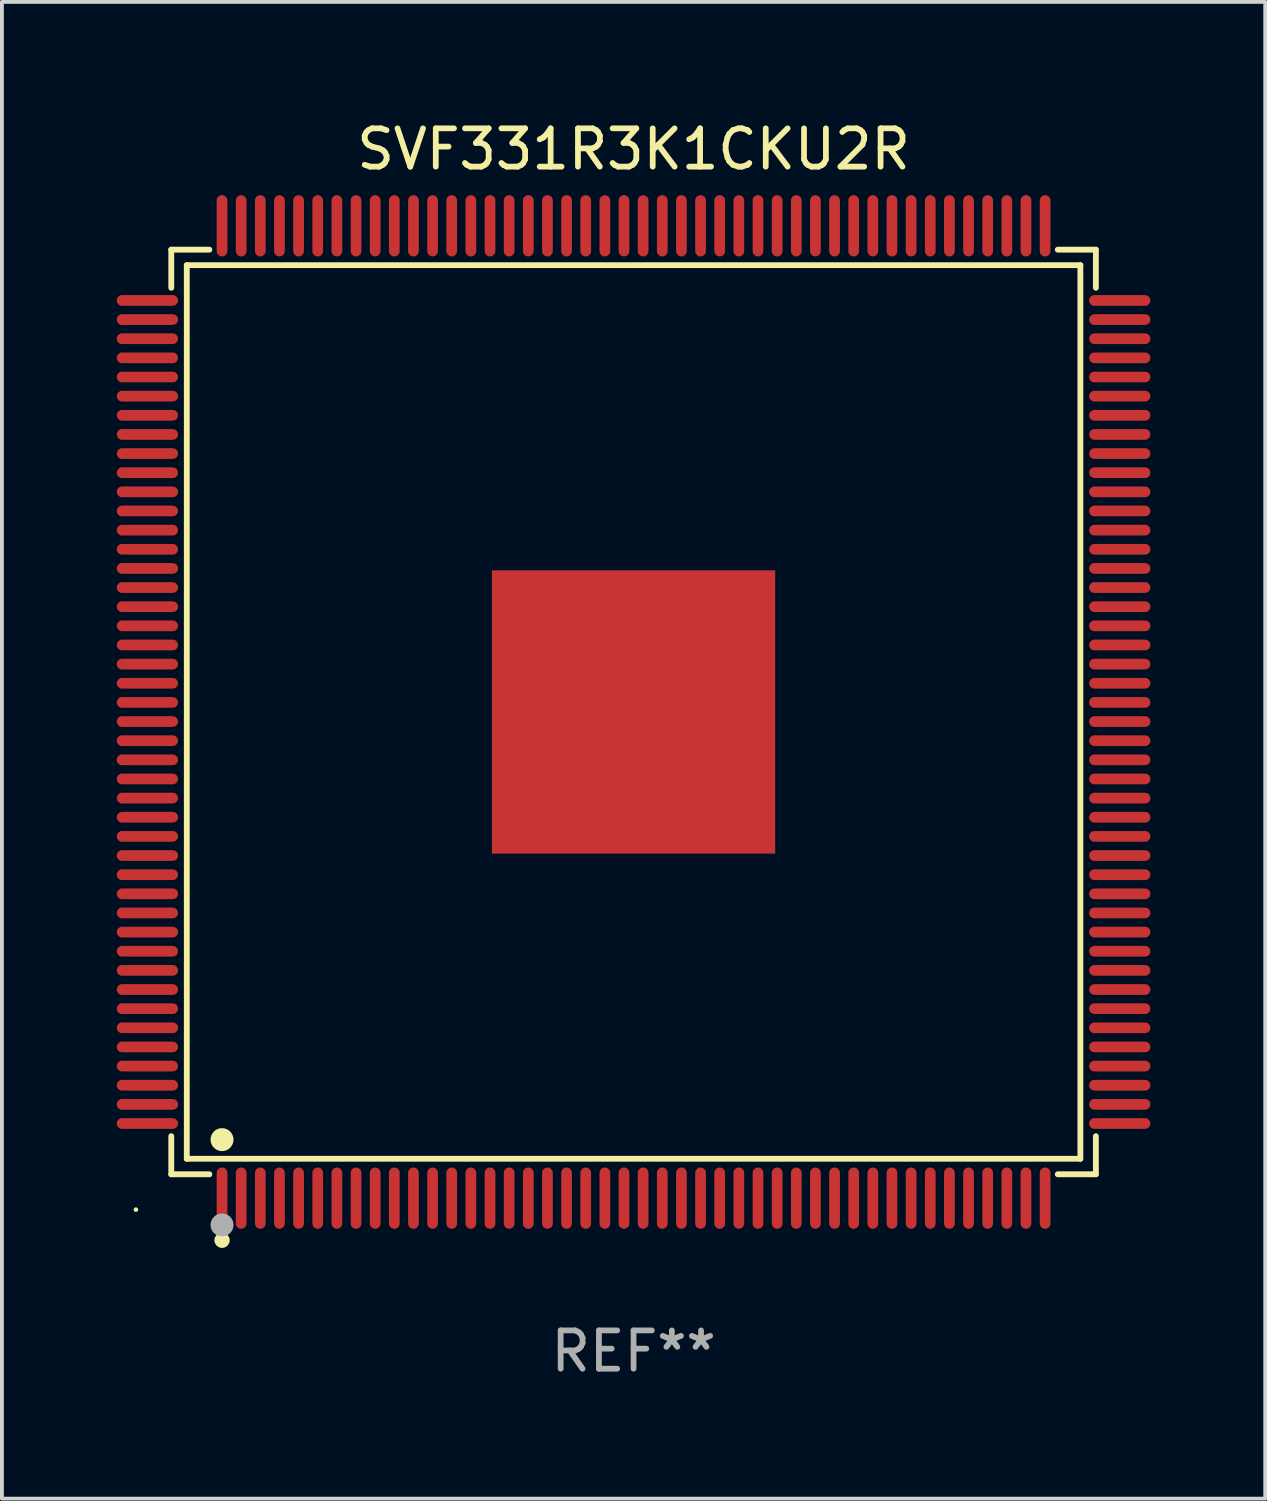
<source format=kicad_pcb>
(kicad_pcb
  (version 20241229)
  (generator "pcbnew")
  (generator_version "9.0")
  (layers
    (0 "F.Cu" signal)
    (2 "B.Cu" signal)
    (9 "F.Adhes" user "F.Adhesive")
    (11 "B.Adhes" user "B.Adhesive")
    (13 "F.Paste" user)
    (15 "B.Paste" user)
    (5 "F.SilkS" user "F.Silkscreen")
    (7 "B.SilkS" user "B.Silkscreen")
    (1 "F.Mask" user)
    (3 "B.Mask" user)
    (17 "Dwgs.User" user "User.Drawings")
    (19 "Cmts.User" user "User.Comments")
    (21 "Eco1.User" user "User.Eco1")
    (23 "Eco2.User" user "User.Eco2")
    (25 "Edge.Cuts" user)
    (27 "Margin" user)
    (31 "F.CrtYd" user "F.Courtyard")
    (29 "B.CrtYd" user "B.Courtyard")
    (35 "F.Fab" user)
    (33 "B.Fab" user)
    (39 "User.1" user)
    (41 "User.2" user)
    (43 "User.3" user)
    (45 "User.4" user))
  (footprint "SVF331R3K1CKU2R"
    (layer "F.Cu")
    (at 13.5 15.548)
    (property "Reference" "SVF331R3K1CKU2R" (at 0 -14.7 0) (layer "F.SilkS") (effects (font (size 1 1) (thickness 0.15))))
    (attr through_hole)
    (fp_line (start -12.076 -12.076) (end -11.081 -12.076) (stroke (width 0.152) (type solid)) (layer "F.SilkS"))
    (fp_line (start -12.076 -11.081) (end -12.076 -12.076) (stroke (width 0.152) (type solid)) (layer "F.SilkS"))
    (fp_line (start -12.076 11.081) (end -12.076 12.076) (stroke (width 0.152) (type solid)) (layer "F.SilkS"))
    (fp_line (start -12.076 12.076) (end -11.081 12.076) (stroke (width 0.152) (type solid)) (layer "F.SilkS"))
    (fp_line (start -11.671 -11.671) (end 11.671 -11.671) (stroke (width 0.152) (type solid)) (layer "F.SilkS"))
    (fp_line (start -11.671 11.671) (end -11.671 -11.671) (stroke (width 0.152) (type solid)) (layer "F.SilkS"))
    (fp_line (start 11.671 -11.671) (end 11.671 11.671) (stroke (width 0.152) (type solid)) (layer "F.SilkS"))
    (fp_line (start 11.671 11.671) (end -11.671 11.671) (stroke (width 0.152) (type solid)) (layer "F.SilkS"))
    (fp_line (start 12.076 -12.076) (end 11.081 -12.076) (stroke (width 0.152) (type solid)) (layer "F.SilkS"))
    (fp_line (start 12.076 -11.081) (end 12.076 -12.076) (stroke (width 0.152) (type solid)) (layer "F.SilkS"))
    (fp_line (start 12.076 11.081) (end 12.076 12.076) (stroke (width 0.152) (type solid)) (layer "F.SilkS"))
    (fp_line (start 12.076 12.076) (end 11.081 12.076) (stroke (width 0.152) (type solid)) (layer "F.SilkS"))
    (fp_circle (center -13 13) (end -12.97 13) (stroke (width 0.06) (type solid)) (fill no) (layer "F.SilkS"))
    (fp_circle (center -10.75 11.171) (end -10.6 11.171) (stroke (width 0.3) (type solid)) (fill no) (layer "F.SilkS"))
    (fp_circle (center -10.75 13.8) (end -10.65 13.8) (stroke (width 0.2) (type solid)) (fill no) (layer "F.SilkS"))
    (fp_circle (center -10.75 13.4) (end -10.6 13.4) (stroke (width 0.3) (type solid)) (fill no) (layer "F.Fab"))
    (fp_text user "REF**" (at 0 16.7 0) (layer "F.Fab") (effects (font (size 1 1) (thickness 0.15))))
    (pad "1" smd oval (at -10.75 12.7) (size 0.28 1.6) (layers "F.Cu" "F.Mask" "F.Paste"))
    (pad "2" smd oval (at -10.25 12.7) (size 0.28 1.6) (layers "F.Cu" "F.Mask" "F.Paste"))
    (pad "3" smd oval (at -9.75 12.7) (size 0.28 1.6) (layers "F.Cu" "F.Mask" "F.Paste"))
    (pad "4" smd oval (at -9.25 12.7) (size 0.28 1.6) (layers "F.Cu" "F.Mask" "F.Paste"))
    (pad "5" smd oval (at -8.75 12.7) (size 0.28 1.6) (layers "F.Cu" "F.Mask" "F.Paste"))
    (pad "6" smd oval (at -8.25 12.7) (size 0.28 1.6) (layers "F.Cu" "F.Mask" "F.Paste"))
    (pad "7" smd oval (at -7.75 12.7) (size 0.28 1.6) (layers "F.Cu" "F.Mask" "F.Paste"))
    (pad "8" smd oval (at -7.25 12.7) (size 0.28 1.6) (layers "F.Cu" "F.Mask" "F.Paste"))
    (pad "9" smd oval (at -6.75 12.7) (size 0.28 1.6) (layers "F.Cu" "F.Mask" "F.Paste"))
    (pad "10" smd oval (at -6.25 12.7) (size 0.28 1.6) (layers "F.Cu" "F.Mask" "F.Paste"))
    (pad "11" smd oval (at -5.75 12.7) (size 0.28 1.6) (layers "F.Cu" "F.Mask" "F.Paste"))
    (pad "12" smd oval (at -5.25 12.7) (size 0.28 1.6) (layers "F.Cu" "F.Mask" "F.Paste"))
    (pad "13" smd oval (at -4.75 12.7) (size 0.28 1.6) (layers "F.Cu" "F.Mask" "F.Paste"))
    (pad "14" smd oval (at -4.25 12.7) (size 0.28 1.6) (layers "F.Cu" "F.Mask" "F.Paste"))
    (pad "15" smd oval (at -3.75 12.7) (size 0.28 1.6) (layers "F.Cu" "F.Mask" "F.Paste"))
    (pad "16" smd oval (at -3.25 12.7) (size 0.28 1.6) (layers "F.Cu" "F.Mask" "F.Paste"))
    (pad "17" smd oval (at -2.75 12.7) (size 0.28 1.6) (layers "F.Cu" "F.Mask" "F.Paste"))
    (pad "18" smd oval (at -2.25 12.7) (size 0.28 1.6) (layers "F.Cu" "F.Mask" "F.Paste"))
    (pad "19" smd oval (at -1.75 12.7) (size 0.28 1.6) (layers "F.Cu" "F.Mask" "F.Paste"))
    (pad "20" smd oval (at -1.25 12.7) (size 0.28 1.6) (layers "F.Cu" "F.Mask" "F.Paste"))
    (pad "21" smd oval (at -0.75 12.7) (size 0.28 1.6) (layers "F.Cu" "F.Mask" "F.Paste"))
    (pad "22" smd oval (at -0.25 12.7) (size 0.28 1.6) (layers "F.Cu" "F.Mask" "F.Paste"))
    (pad "23" smd oval (at 0.25 12.7) (size 0.28 1.6) (layers "F.Cu" "F.Mask" "F.Paste"))
    (pad "24" smd oval (at 0.75 12.7) (size 0.28 1.6) (layers "F.Cu" "F.Mask" "F.Paste"))
    (pad "25" smd oval (at 1.25 12.7) (size 0.28 1.6) (layers "F.Cu" "F.Mask" "F.Paste"))
    (pad "26" smd oval (at 1.75 12.7) (size 0.28 1.6) (layers "F.Cu" "F.Mask" "F.Paste"))
    (pad "27" smd oval (at 2.25 12.7) (size 0.28 1.6) (layers "F.Cu" "F.Mask" "F.Paste"))
    (pad "28" smd oval (at 2.75 12.7) (size 0.28 1.6) (layers "F.Cu" "F.Mask" "F.Paste"))
    (pad "29" smd oval (at 3.25 12.7) (size 0.28 1.6) (layers "F.Cu" "F.Mask" "F.Paste"))
    (pad "30" smd oval (at 3.75 12.7) (size 0.28 1.6) (layers "F.Cu" "F.Mask" "F.Paste"))
    (pad "31" smd oval (at 4.25 12.7) (size 0.28 1.6) (layers "F.Cu" "F.Mask" "F.Paste"))
    (pad "32" smd oval (at 4.75 12.7) (size 0.28 1.6) (layers "F.Cu" "F.Mask" "F.Paste"))
    (pad "33" smd oval (at 5.25 12.7) (size 0.28 1.6) (layers "F.Cu" "F.Mask" "F.Paste"))
    (pad "34" smd oval (at 5.75 12.7) (size 0.28 1.6) (layers "F.Cu" "F.Mask" "F.Paste"))
    (pad "35" smd oval (at 6.25 12.7) (size 0.28 1.6) (layers "F.Cu" "F.Mask" "F.Paste"))
    (pad "36" smd oval (at 6.75 12.7) (size 0.28 1.6) (layers "F.Cu" "F.Mask" "F.Paste"))
    (pad "37" smd oval (at 7.25 12.7) (size 0.28 1.6) (layers "F.Cu" "F.Mask" "F.Paste"))
    (pad "38" smd oval (at 7.75 12.7) (size 0.28 1.6) (layers "F.Cu" "F.Mask" "F.Paste"))
    (pad "39" smd oval (at 8.25 12.7) (size 0.28 1.6) (layers "F.Cu" "F.Mask" "F.Paste"))
    (pad "40" smd oval (at 8.75 12.7) (size 0.28 1.6) (layers "F.Cu" "F.Mask" "F.Paste"))
    (pad "41" smd oval (at 9.25 12.7) (size 0.28 1.6) (layers "F.Cu" "F.Mask" "F.Paste"))
    (pad "42" smd oval (at 9.75 12.7) (size 0.28 1.6) (layers "F.Cu" "F.Mask" "F.Paste"))
    (pad "43" smd oval (at 10.25 12.7) (size 0.28 1.6) (layers "F.Cu" "F.Mask" "F.Paste"))
    (pad "44" smd oval (at 10.75 12.7) (size 0.28 1.6) (layers "F.Cu" "F.Mask" "F.Paste"))
    (pad "45" smd oval (at 12.7 10.75) (size 1.6 0.28) (layers "F.Cu" "F.Mask" "F.Paste"))
    (pad "46" smd oval (at 12.7 10.25) (size 1.6 0.28) (layers "F.Cu" "F.Mask" "F.Paste"))
    (pad "47" smd oval (at 12.7 9.75) (size 1.6 0.28) (layers "F.Cu" "F.Mask" "F.Paste"))
    (pad "48" smd oval (at 12.7 9.25) (size 1.6 0.28) (layers "F.Cu" "F.Mask" "F.Paste"))
    (pad "49" smd oval (at 12.7 8.75) (size 1.6 0.28) (layers "F.Cu" "F.Mask" "F.Paste"))
    (pad "50" smd oval (at 12.7 8.25) (size 1.6 0.28) (layers "F.Cu" "F.Mask" "F.Paste"))
    (pad "51" smd oval (at 12.7 7.75) (size 1.6 0.28) (layers "F.Cu" "F.Mask" "F.Paste"))
    (pad "52" smd oval (at 12.7 7.25) (size 1.6 0.28) (layers "F.Cu" "F.Mask" "F.Paste"))
    (pad "53" smd oval (at 12.7 6.75) (size 1.6 0.28) (layers "F.Cu" "F.Mask" "F.Paste"))
    (pad "54" smd oval (at 12.7 6.25) (size 1.6 0.28) (layers "F.Cu" "F.Mask" "F.Paste"))
    (pad "55" smd oval (at 12.7 5.75) (size 1.6 0.28) (layers "F.Cu" "F.Mask" "F.Paste"))
    (pad "56" smd oval (at 12.7 5.25) (size 1.6 0.28) (layers "F.Cu" "F.Mask" "F.Paste"))
    (pad "57" smd oval (at 12.7 4.75) (size 1.6 0.28) (layers "F.Cu" "F.Mask" "F.Paste"))
    (pad "58" smd oval (at 12.7 4.25) (size 1.6 0.28) (layers "F.Cu" "F.Mask" "F.Paste"))
    (pad "59" smd oval (at 12.7 3.75) (size 1.6 0.28) (layers "F.Cu" "F.Mask" "F.Paste"))
    (pad "60" smd oval (at 12.7 3.25) (size 1.6 0.28) (layers "F.Cu" "F.Mask" "F.Paste"))
    (pad "61" smd oval (at 12.7 2.75) (size 1.6 0.28) (layers "F.Cu" "F.Mask" "F.Paste"))
    (pad "62" smd oval (at 12.7 2.25) (size 1.6 0.28) (layers "F.Cu" "F.Mask" "F.Paste"))
    (pad "63" smd oval (at 12.7 1.75) (size 1.6 0.28) (layers "F.Cu" "F.Mask" "F.Paste"))
    (pad "64" smd oval (at 12.7 1.25) (size 1.6 0.28) (layers "F.Cu" "F.Mask" "F.Paste"))
    (pad "65" smd oval (at 12.7 0.75) (size 1.6 0.28) (layers "F.Cu" "F.Mask" "F.Paste"))
    (pad "66" smd oval (at 12.7 0.25) (size 1.6 0.28) (layers "F.Cu" "F.Mask" "F.Paste"))
    (pad "67" smd oval (at 12.7 -0.25) (size 1.6 0.28) (layers "F.Cu" "F.Mask" "F.Paste"))
    (pad "68" smd oval (at 12.7 -0.75) (size 1.6 0.28) (layers "F.Cu" "F.Mask" "F.Paste"))
    (pad "69" smd oval (at 12.7 -1.25) (size 1.6 0.28) (layers "F.Cu" "F.Mask" "F.Paste"))
    (pad "70" smd oval (at 12.7 -1.75) (size 1.6 0.28) (layers "F.Cu" "F.Mask" "F.Paste"))
    (pad "71" smd oval (at 12.7 -2.25) (size 1.6 0.28) (layers "F.Cu" "F.Mask" "F.Paste"))
    (pad "72" smd oval (at 12.7 -2.75) (size 1.6 0.28) (layers "F.Cu" "F.Mask" "F.Paste"))
    (pad "73" smd oval (at 12.7 -3.25) (size 1.6 0.28) (layers "F.Cu" "F.Mask" "F.Paste"))
    (pad "74" smd oval (at 12.7 -3.75) (size 1.6 0.28) (layers "F.Cu" "F.Mask" "F.Paste"))
    (pad "75" smd oval (at 12.7 -4.25) (size 1.6 0.28) (layers "F.Cu" "F.Mask" "F.Paste"))
    (pad "76" smd oval (at 12.7 -4.75) (size 1.6 0.28) (layers "F.Cu" "F.Mask" "F.Paste"))
    (pad "77" smd oval (at 12.7 -5.25) (size 1.6 0.28) (layers "F.Cu" "F.Mask" "F.Paste"))
    (pad "78" smd oval (at 12.7 -5.75) (size 1.6 0.28) (layers "F.Cu" "F.Mask" "F.Paste"))
    (pad "79" smd oval (at 12.7 -6.25) (size 1.6 0.28) (layers "F.Cu" "F.Mask" "F.Paste"))
    (pad "80" smd oval (at 12.7 -6.75) (size 1.6 0.28) (layers "F.Cu" "F.Mask" "F.Paste"))
    (pad "81" smd oval (at 12.7 -7.25) (size 1.6 0.28) (layers "F.Cu" "F.Mask" "F.Paste"))
    (pad "82" smd oval (at 12.7 -7.75) (size 1.6 0.28) (layers "F.Cu" "F.Mask" "F.Paste"))
    (pad "83" smd oval (at 12.7 -8.25) (size 1.6 0.28) (layers "F.Cu" "F.Mask" "F.Paste"))
    (pad "84" smd oval (at 12.7 -8.75) (size 1.6 0.28) (layers "F.Cu" "F.Mask" "F.Paste"))
    (pad "85" smd oval (at 12.7 -9.25) (size 1.6 0.28) (layers "F.Cu" "F.Mask" "F.Paste"))
    (pad "86" smd oval (at 12.7 -9.75) (size 1.6 0.28) (layers "F.Cu" "F.Mask" "F.Paste"))
    (pad "87" smd oval (at 12.7 -10.25) (size 1.6 0.28) (layers "F.Cu" "F.Mask" "F.Paste"))
    (pad "88" smd oval (at 12.7 -10.75) (size 1.6 0.28) (layers "F.Cu" "F.Mask" "F.Paste"))
    (pad "89" smd oval (at 10.75 -12.7) (size 0.28 1.6) (layers "F.Cu" "F.Mask" "F.Paste"))
    (pad "90" smd oval (at 10.25 -12.7) (size 0.28 1.6) (layers "F.Cu" "F.Mask" "F.Paste"))
    (pad "91" smd oval (at 9.75 -12.7) (size 0.28 1.6) (layers "F.Cu" "F.Mask" "F.Paste"))
    (pad "92" smd oval (at 9.25 -12.7) (size 0.28 1.6) (layers "F.Cu" "F.Mask" "F.Paste"))
    (pad "93" smd oval (at 8.75 -12.7) (size 0.28 1.6) (layers "F.Cu" "F.Mask" "F.Paste"))
    (pad "94" smd oval (at 8.25 -12.7) (size 0.28 1.6) (layers "F.Cu" "F.Mask" "F.Paste"))
    (pad "95" smd oval (at 7.75 -12.7) (size 0.28 1.6) (layers "F.Cu" "F.Mask" "F.Paste"))
    (pad "96" smd oval (at 7.25 -12.7) (size 0.28 1.6) (layers "F.Cu" "F.Mask" "F.Paste"))
    (pad "97" smd oval (at 6.75 -12.7) (size 0.28 1.6) (layers "F.Cu" "F.Mask" "F.Paste"))
    (pad "98" smd oval (at 6.25 -12.7) (size 0.28 1.6) (layers "F.Cu" "F.Mask" "F.Paste"))
    (pad "99" smd oval (at 5.75 -12.7) (size 0.28 1.6) (layers "F.Cu" "F.Mask" "F.Paste"))
    (pad "100" smd oval (at 5.25 -12.7) (size 0.28 1.6) (layers "F.Cu" "F.Mask" "F.Paste"))
    (pad "101" smd oval (at 4.75 -12.7) (size 0.28 1.6) (layers "F.Cu" "F.Mask" "F.Paste"))
    (pad "102" smd oval (at 4.25 -12.7) (size 0.28 1.6) (layers "F.Cu" "F.Mask" "F.Paste"))
    (pad "103" smd oval (at 3.75 -12.7) (size 0.28 1.6) (layers "F.Cu" "F.Mask" "F.Paste"))
    (pad "104" smd oval (at 3.25 -12.7) (size 0.28 1.6) (layers "F.Cu" "F.Mask" "F.Paste"))
    (pad "105" smd oval (at 2.75 -12.7) (size 0.28 1.6) (layers "F.Cu" "F.Mask" "F.Paste"))
    (pad "106" smd oval (at 2.25 -12.7) (size 0.28 1.6) (layers "F.Cu" "F.Mask" "F.Paste"))
    (pad "107" smd oval (at 1.75 -12.7) (size 0.28 1.6) (layers "F.Cu" "F.Mask" "F.Paste"))
    (pad "108" smd oval (at 1.25 -12.7) (size 0.28 1.6) (layers "F.Cu" "F.Mask" "F.Paste"))
    (pad "109" smd oval (at 0.75 -12.7) (size 0.28 1.6) (layers "F.Cu" "F.Mask" "F.Paste"))
    (pad "110" smd oval (at 0.25 -12.7) (size 0.28 1.6) (layers "F.Cu" "F.Mask" "F.Paste"))
    (pad "111" smd oval (at -0.25 -12.7) (size 0.28 1.6) (layers "F.Cu" "F.Mask" "F.Paste"))
    (pad "112" smd oval (at -0.75 -12.7) (size 0.28 1.6) (layers "F.Cu" "F.Mask" "F.Paste"))
    (pad "113" smd oval (at -1.25 -12.7) (size 0.28 1.6) (layers "F.Cu" "F.Mask" "F.Paste"))
    (pad "114" smd oval (at -1.75 -12.7) (size 0.28 1.6) (layers "F.Cu" "F.Mask" "F.Paste"))
    (pad "115" smd oval (at -2.25 -12.7) (size 0.28 1.6) (layers "F.Cu" "F.Mask" "F.Paste"))
    (pad "116" smd oval (at -2.75 -12.7) (size 0.28 1.6) (layers "F.Cu" "F.Mask" "F.Paste"))
    (pad "117" smd oval (at -3.25 -12.7) (size 0.28 1.6) (layers "F.Cu" "F.Mask" "F.Paste"))
    (pad "118" smd oval (at -3.75 -12.7) (size 0.28 1.6) (layers "F.Cu" "F.Mask" "F.Paste"))
    (pad "119" smd oval (at -4.25 -12.7) (size 0.28 1.6) (layers "F.Cu" "F.Mask" "F.Paste"))
    (pad "120" smd oval (at -4.75 -12.7) (size 0.28 1.6) (layers "F.Cu" "F.Mask" "F.Paste"))
    (pad "121" smd oval (at -5.25 -12.7) (size 0.28 1.6) (layers "F.Cu" "F.Mask" "F.Paste"))
    (pad "122" smd oval (at -5.75 -12.7) (size 0.28 1.6) (layers "F.Cu" "F.Mask" "F.Paste"))
    (pad "123" smd oval (at -6.25 -12.7) (size 0.28 1.6) (layers "F.Cu" "F.Mask" "F.Paste"))
    (pad "124" smd oval (at -6.75 -12.7) (size 0.28 1.6) (layers "F.Cu" "F.Mask" "F.Paste"))
    (pad "125" smd oval (at -7.25 -12.7) (size 0.28 1.6) (layers "F.Cu" "F.Mask" "F.Paste"))
    (pad "126" smd oval (at -7.75 -12.7) (size 0.28 1.6) (layers "F.Cu" "F.Mask" "F.Paste"))
    (pad "127" smd oval (at -8.25 -12.7) (size 0.28 1.6) (layers "F.Cu" "F.Mask" "F.Paste"))
    (pad "128" smd oval (at -8.75 -12.7) (size 0.28 1.6) (layers "F.Cu" "F.Mask" "F.Paste"))
    (pad "129" smd oval (at -9.25 -12.7) (size 0.28 1.6) (layers "F.Cu" "F.Mask" "F.Paste"))
    (pad "130" smd oval (at -9.75 -12.7) (size 0.28 1.6) (layers "F.Cu" "F.Mask" "F.Paste"))
    (pad "131" smd oval (at -10.25 -12.7) (size 0.28 1.6) (layers "F.Cu" "F.Mask" "F.Paste"))
    (pad "132" smd oval (at -10.75 -12.7) (size 0.28 1.6) (layers "F.Cu" "F.Mask" "F.Paste"))
    (pad "133" smd oval (at -12.7 -10.75) (size 1.6 0.28) (layers "F.Cu" "F.Mask" "F.Paste"))
    (pad "134" smd oval (at -12.7 -10.25) (size 1.6 0.28) (layers "F.Cu" "F.Mask" "F.Paste"))
    (pad "135" smd oval (at -12.7 -9.75) (size 1.6 0.28) (layers "F.Cu" "F.Mask" "F.Paste"))
    (pad "136" smd oval (at -12.7 -9.25) (size 1.6 0.28) (layers "F.Cu" "F.Mask" "F.Paste"))
    (pad "137" smd oval (at -12.7 -8.75) (size 1.6 0.28) (layers "F.Cu" "F.Mask" "F.Paste"))
    (pad "138" smd oval (at -12.7 -8.25) (size 1.6 0.28) (layers "F.Cu" "F.Mask" "F.Paste"))
    (pad "139" smd oval (at -12.7 -7.75) (size 1.6 0.28) (layers "F.Cu" "F.Mask" "F.Paste"))
    (pad "140" smd oval (at -12.7 -7.25) (size 1.6 0.28) (layers "F.Cu" "F.Mask" "F.Paste"))
    (pad "141" smd oval (at -12.7 -6.75) (size 1.6 0.28) (layers "F.Cu" "F.Mask" "F.Paste"))
    (pad "142" smd oval (at -12.7 -6.25) (size 1.6 0.28) (layers "F.Cu" "F.Mask" "F.Paste"))
    (pad "143" smd oval (at -12.7 -5.75) (size 1.6 0.28) (layers "F.Cu" "F.Mask" "F.Paste"))
    (pad "144" smd oval (at -12.7 -5.25) (size 1.6 0.28) (layers "F.Cu" "F.Mask" "F.Paste"))
    (pad "145" smd oval (at -12.7 -4.75) (size 1.6 0.28) (layers "F.Cu" "F.Mask" "F.Paste"))
    (pad "146" smd oval (at -12.7 -4.25) (size 1.6 0.28) (layers "F.Cu" "F.Mask" "F.Paste"))
    (pad "147" smd oval (at -12.7 -3.75) (size 1.6 0.28) (layers "F.Cu" "F.Mask" "F.Paste"))
    (pad "148" smd oval (at -12.7 -3.25) (size 1.6 0.28) (layers "F.Cu" "F.Mask" "F.Paste"))
    (pad "149" smd oval (at -12.7 -2.75) (size 1.6 0.28) (layers "F.Cu" "F.Mask" "F.Paste"))
    (pad "150" smd oval (at -12.7 -2.25) (size 1.6 0.28) (layers "F.Cu" "F.Mask" "F.Paste"))
    (pad "151" smd oval (at -12.7 -1.75) (size 1.6 0.28) (layers "F.Cu" "F.Mask" "F.Paste"))
    (pad "152" smd oval (at -12.7 -1.25) (size 1.6 0.28) (layers "F.Cu" "F.Mask" "F.Paste"))
    (pad "153" smd oval (at -12.7 -0.75) (size 1.6 0.28) (layers "F.Cu" "F.Mask" "F.Paste"))
    (pad "154" smd oval (at -12.7 -0.25) (size 1.6 0.28) (layers "F.Cu" "F.Mask" "F.Paste"))
    (pad "155" smd oval (at -12.7 0.25) (size 1.6 0.28) (layers "F.Cu" "F.Mask" "F.Paste"))
    (pad "156" smd oval (at -12.7 0.75) (size 1.6 0.28) (layers "F.Cu" "F.Mask" "F.Paste"))
    (pad "157" smd oval (at -12.7 1.25) (size 1.6 0.28) (layers "F.Cu" "F.Mask" "F.Paste"))
    (pad "158" smd oval (at -12.7 1.75) (size 1.6 0.28) (layers "F.Cu" "F.Mask" "F.Paste"))
    (pad "159" smd oval (at -12.7 2.25) (size 1.6 0.28) (layers "F.Cu" "F.Mask" "F.Paste"))
    (pad "160" smd oval (at -12.7 2.75) (size 1.6 0.28) (layers "F.Cu" "F.Mask" "F.Paste"))
    (pad "161" smd oval (at -12.7 3.25) (size 1.6 0.28) (layers "F.Cu" "F.Mask" "F.Paste"))
    (pad "162" smd oval (at -12.7 3.75) (size 1.6 0.28) (layers "F.Cu" "F.Mask" "F.Paste"))
    (pad "163" smd oval (at -12.7 4.25) (size 1.6 0.28) (layers "F.Cu" "F.Mask" "F.Paste"))
    (pad "164" smd oval (at -12.7 4.75) (size 1.6 0.28) (layers "F.Cu" "F.Mask" "F.Paste"))
    (pad "165" smd oval (at -12.7 5.25) (size 1.6 0.28) (layers "F.Cu" "F.Mask" "F.Paste"))
    (pad "166" smd oval (at -12.7 5.75) (size 1.6 0.28) (layers "F.Cu" "F.Mask" "F.Paste"))
    (pad "167" smd oval (at -12.7 6.25) (size 1.6 0.28) (layers "F.Cu" "F.Mask" "F.Paste"))
    (pad "168" smd oval (at -12.7 6.75) (size 1.6 0.28) (layers "F.Cu" "F.Mask" "F.Paste"))
    (pad "169" smd oval (at -12.7 7.25) (size 1.6 0.28) (layers "F.Cu" "F.Mask" "F.Paste"))
    (pad "170" smd oval (at -12.7 7.75) (size 1.6 0.28) (layers "F.Cu" "F.Mask" "F.Paste"))
    (pad "171" smd oval (at -12.7 8.25) (size 1.6 0.28) (layers "F.Cu" "F.Mask" "F.Paste"))
    (pad "172" smd oval (at -12.7 8.75) (size 1.6 0.28) (layers "F.Cu" "F.Mask" "F.Paste"))
    (pad "173" smd oval (at -12.7 9.25) (size 1.6 0.28) (layers "F.Cu" "F.Mask" "F.Paste"))
    (pad "174" smd oval (at -12.7 9.75) (size 1.6 0.28) (layers "F.Cu" "F.Mask" "F.Paste"))
    (pad "175" smd oval (at -12.7 10.25) (size 1.6 0.28) (layers "F.Cu" "F.Mask" "F.Paste"))
    (pad "176" smd oval (at -12.7 10.75) (size 1.6 0.28) (layers "F.Cu" "F.Mask" "F.Paste"))
    (pad "177" smd rect (at 0 0) (size 7.4 7.4) (layers "F.Cu" "F.Mask" "F.Paste")))
  (gr_rect
    (start -3 -3)
    (end 30 36.097)
    (stroke (width 0.1) (type default))
    (fill no)
    (layer "Edge.Cuts")))
</source>
